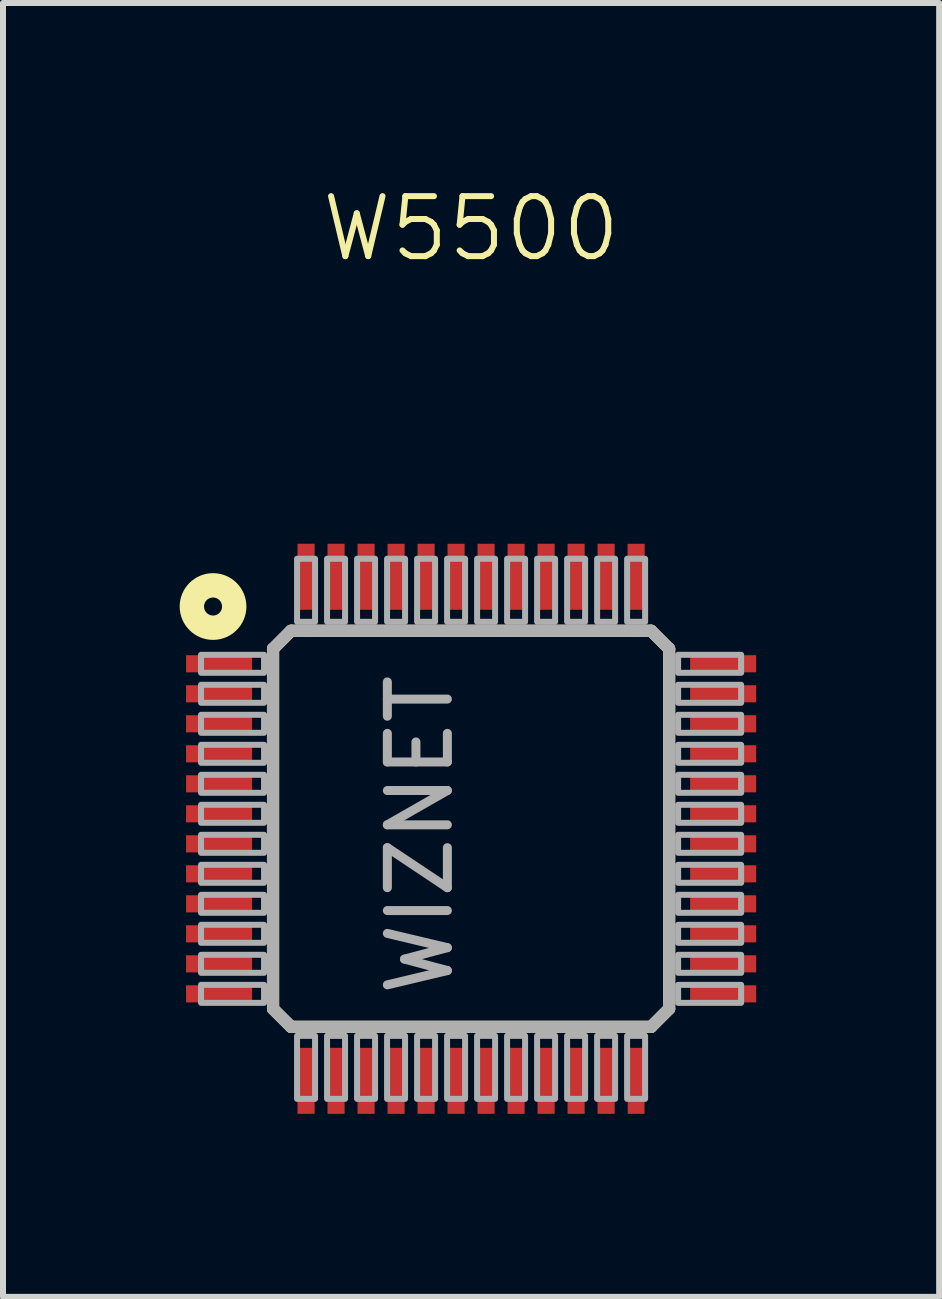
<source format=kicad_pcb>
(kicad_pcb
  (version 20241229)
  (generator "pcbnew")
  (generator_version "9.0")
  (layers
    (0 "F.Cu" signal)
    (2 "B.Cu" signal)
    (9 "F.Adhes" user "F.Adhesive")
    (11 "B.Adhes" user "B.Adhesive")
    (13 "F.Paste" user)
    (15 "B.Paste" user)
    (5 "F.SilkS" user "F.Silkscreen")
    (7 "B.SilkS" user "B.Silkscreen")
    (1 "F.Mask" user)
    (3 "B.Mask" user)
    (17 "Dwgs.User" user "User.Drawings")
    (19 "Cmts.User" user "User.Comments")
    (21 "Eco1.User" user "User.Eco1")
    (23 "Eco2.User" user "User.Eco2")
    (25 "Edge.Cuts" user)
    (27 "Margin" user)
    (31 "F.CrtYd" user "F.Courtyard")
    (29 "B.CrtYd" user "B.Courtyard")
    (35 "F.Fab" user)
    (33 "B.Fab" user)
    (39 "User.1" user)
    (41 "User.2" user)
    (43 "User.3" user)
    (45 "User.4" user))
  (footprint "W5500"
    (layer "F.Cu")
    (at 4.8 11.261)
    (property "Reference" "W5500" (at 0 -10.5 0) (unlocked yes) (layer "F.SilkS") (effects (font (size 1 1) (thickness 0.1))))
    (attr smd)
    (fp_poly (pts (xy -3.6 -3.05) (xy -3.6 -3.45) (xy -4.8 -3.45) (xy -4.8 -3.05)) (stroke (width 0) (type default)) (fill yes) (layer "F.Mask"))
    (fp_poly (pts (xy -3.6 -2.55) (xy -3.6 -2.95) (xy -4.8 -2.95) (xy -4.8 -2.55)) (stroke (width 0) (type default)) (fill yes) (layer "F.Mask"))
    (fp_poly (pts (xy -3.6 -2.05) (xy -3.6 -2.45) (xy -4.8 -2.45) (xy -4.8 -2.05)) (stroke (width 0) (type default)) (fill yes) (layer "F.Mask"))
    (fp_poly (pts (xy -3.6 -1.55) (xy -3.6 -1.95) (xy -4.8 -1.95) (xy -4.8 -1.55)) (stroke (width 0) (type default)) (fill yes) (layer "F.Mask"))
    (fp_poly (pts (xy -3.6 -1.05) (xy -3.6 -1.45) (xy -4.8 -1.45) (xy -4.8 -1.05)) (stroke (width 0) (type default)) (fill yes) (layer "F.Mask"))
    (fp_poly (pts (xy -3.6 -0.55) (xy -3.6 -0.95) (xy -4.8 -0.95) (xy -4.8 -0.55)) (stroke (width 0) (type default)) (fill yes) (layer "F.Mask"))
    (fp_poly (pts (xy -3.6 -0.05) (xy -3.6 -0.45) (xy -4.8 -0.45) (xy -4.8 -0.05)) (stroke (width 0) (type default)) (fill yes) (layer "F.Mask"))
    (fp_poly (pts (xy -3.6 0.45) (xy -3.6 0.05) (xy -4.8 0.05) (xy -4.8 0.45)) (stroke (width 0) (type default)) (fill yes) (layer "F.Mask"))
    (fp_poly (pts (xy -3.6 0.95) (xy -3.6 0.55) (xy -4.8 0.55) (xy -4.8 0.95)) (stroke (width 0) (type default)) (fill yes) (layer "F.Mask"))
    (fp_poly (pts (xy -3.6 1.45) (xy -3.6 1.05) (xy -4.8 1.05) (xy -4.8 1.45)) (stroke (width 0) (type default)) (fill yes) (layer "F.Mask"))
    (fp_poly (pts (xy -3.6 1.95) (xy -3.6 1.55) (xy -4.8 1.55) (xy -4.8 1.95)) (stroke (width 0) (type default)) (fill yes) (layer "F.Mask"))
    (fp_poly (pts (xy -3.6 2.45) (xy -3.6 2.05) (xy -4.8 2.05) (xy -4.8 2.45)) (stroke (width 0) (type default)) (fill yes) (layer "F.Mask"))
    (fp_poly (pts (xy -2.95 -4.1) (xy -2.55 -4.1) (xy -2.55 -5.3) (xy -2.95 -5.3)) (stroke (width 0) (type default)) (fill yes) (layer "F.Mask"))
    (fp_poly (pts (xy -2.95 4.3) (xy -2.55 4.3) (xy -2.55 3.1) (xy -2.95 3.1)) (stroke (width 0) (type default)) (fill yes) (layer "F.Mask"))
    (fp_poly (pts (xy -2.45 -4.1) (xy -2.05 -4.1) (xy -2.05 -5.3) (xy -2.45 -5.3)) (stroke (width 0) (type default)) (fill yes) (layer "F.Mask"))
    (fp_poly (pts (xy -2.45 4.3) (xy -2.05 4.3) (xy -2.05 3.1) (xy -2.45 3.1)) (stroke (width 0) (type default)) (fill yes) (layer "F.Mask"))
    (fp_poly (pts (xy -1.95 -4.1) (xy -1.55 -4.1) (xy -1.55 -5.3) (xy -1.95 -5.3)) (stroke (width 0) (type default)) (fill yes) (layer "F.Mask"))
    (fp_poly (pts (xy -1.95 4.3) (xy -1.55 4.3) (xy -1.55 3.1) (xy -1.95 3.1)) (stroke (width 0) (type default)) (fill yes) (layer "F.Mask"))
    (fp_poly (pts (xy -1.45 -4.1) (xy -1.05 -4.1) (xy -1.05 -5.3) (xy -1.45 -5.3)) (stroke (width 0) (type default)) (fill yes) (layer "F.Mask"))
    (fp_poly (pts (xy -1.45 4.3) (xy -1.05 4.3) (xy -1.05 3.1) (xy -1.45 3.1)) (stroke (width 0) (type default)) (fill yes) (layer "F.Mask"))
    (fp_poly (pts (xy -0.95 -4.1) (xy -0.55 -4.1) (xy -0.55 -5.3) (xy -0.95 -5.3)) (stroke (width 0) (type default)) (fill yes) (layer "F.Mask"))
    (fp_poly (pts (xy -0.95 4.3) (xy -0.55 4.3) (xy -0.55 3.1) (xy -0.95 3.1)) (stroke (width 0) (type default)) (fill yes) (layer "F.Mask"))
    (fp_poly (pts (xy -0.45 -4.1) (xy -0.05 -4.1) (xy -0.05 -5.3) (xy -0.45 -5.3)) (stroke (width 0) (type default)) (fill yes) (layer "F.Mask"))
    (fp_poly (pts (xy -0.45 4.3) (xy -0.05 4.3) (xy -0.05 3.1) (xy -0.45 3.1)) (stroke (width 0) (type default)) (fill yes) (layer "F.Mask"))
    (fp_poly (pts (xy 0.05 -4.1) (xy 0.45 -4.1) (xy 0.45 -5.3) (xy 0.05 -5.3)) (stroke (width 0) (type default)) (fill yes) (layer "F.Mask"))
    (fp_poly (pts (xy 0.05 4.3) (xy 0.45 4.3) (xy 0.45 3.1) (xy 0.05 3.1)) (stroke (width 0) (type default)) (fill yes) (layer "F.Mask"))
    (fp_poly (pts (xy 0.55 -4.1) (xy 0.95 -4.1) (xy 0.95 -5.3) (xy 0.55 -5.3)) (stroke (width 0) (type default)) (fill yes) (layer "F.Mask"))
    (fp_poly (pts (xy 0.55 4.3) (xy 0.95 4.3) (xy 0.95 3.1) (xy 0.55 3.1)) (stroke (width 0) (type default)) (fill yes) (layer "F.Mask"))
    (fp_poly (pts (xy 1.05 -4.1) (xy 1.45 -4.1) (xy 1.45 -5.3) (xy 1.05 -5.3)) (stroke (width 0) (type default)) (fill yes) (layer "F.Mask"))
    (fp_poly (pts (xy 1.05 4.3) (xy 1.45 4.3) (xy 1.45 3.1) (xy 1.05 3.1)) (stroke (width 0) (type default)) (fill yes) (layer "F.Mask"))
    (fp_poly (pts (xy 1.55 -4.1) (xy 1.95 -4.1) (xy 1.95 -5.3) (xy 1.55 -5.3)) (stroke (width 0) (type default)) (fill yes) (layer "F.Mask"))
    (fp_poly (pts (xy 1.55 4.3) (xy 1.95 4.3) (xy 1.95 3.1) (xy 1.55 3.1)) (stroke (width 0) (type default)) (fill yes) (layer "F.Mask"))
    (fp_poly (pts (xy 2.05 -4.1) (xy 2.45 -4.1) (xy 2.45 -5.3) (xy 2.05 -5.3)) (stroke (width 0) (type default)) (fill yes) (layer "F.Mask"))
    (fp_poly (pts (xy 2.05 4.3) (xy 2.45 4.3) (xy 2.45 3.1) (xy 2.05 3.1)) (stroke (width 0) (type default)) (fill yes) (layer "F.Mask"))
    (fp_poly (pts (xy 2.55 -4.1) (xy 2.95 -4.1) (xy 2.95 -5.3) (xy 2.55 -5.3)) (stroke (width 0) (type default)) (fill yes) (layer "F.Mask"))
    (fp_poly (pts (xy 2.55 4.3) (xy 2.95 4.3) (xy 2.95 3.1) (xy 2.55 3.1)) (stroke (width 0) (type default)) (fill yes) (layer "F.Mask"))
    (fp_poly (pts (xy 4.8 -3.05) (xy 4.8 -3.45) (xy 3.6 -3.45) (xy 3.6 -3.05)) (stroke (width 0) (type default)) (fill yes) (layer "F.Mask"))
    (fp_poly (pts (xy 4.8 -2.55) (xy 4.8 -2.95) (xy 3.6 -2.95) (xy 3.6 -2.55)) (stroke (width 0) (type default)) (fill yes) (layer "F.Mask"))
    (fp_poly (pts (xy 4.8 -2.05) (xy 4.8 -2.45) (xy 3.6 -2.45) (xy 3.6 -2.05)) (stroke (width 0) (type default)) (fill yes) (layer "F.Mask"))
    (fp_poly (pts (xy 4.8 -1.55) (xy 4.8 -1.95) (xy 3.6 -1.95) (xy 3.6 -1.55)) (stroke (width 0) (type default)) (fill yes) (layer "F.Mask"))
    (fp_poly (pts (xy 4.8 -1.05) (xy 4.8 -1.45) (xy 3.6 -1.45) (xy 3.6 -1.05)) (stroke (width 0) (type default)) (fill yes) (layer "F.Mask"))
    (fp_poly (pts (xy 4.8 -0.55) (xy 4.8 -0.95) (xy 3.6 -0.95) (xy 3.6 -0.55)) (stroke (width 0) (type default)) (fill yes) (layer "F.Mask"))
    (fp_poly (pts (xy 4.8 -0.05) (xy 4.8 -0.45) (xy 3.6 -0.45) (xy 3.6 -0.05)) (stroke (width 0) (type default)) (fill yes) (layer "F.Mask"))
    (fp_poly (pts (xy 4.8 0.45) (xy 4.8 0.05) (xy 3.6 0.05) (xy 3.6 0.45)) (stroke (width 0) (type default)) (fill yes) (layer "F.Mask"))
    (fp_poly (pts (xy 4.8 0.95) (xy 4.8 0.55) (xy 3.6 0.55) (xy 3.6 0.95)) (stroke (width 0) (type default)) (fill yes) (layer "F.Mask"))
    (fp_poly (pts (xy 4.8 1.45) (xy 4.8 1.05) (xy 3.6 1.05) (xy 3.6 1.45)) (stroke (width 0) (type default)) (fill yes) (layer "F.Mask"))
    (fp_poly (pts (xy 4.8 1.95) (xy 4.8 1.55) (xy 3.6 1.55) (xy 3.6 1.95)) (stroke (width 0) (type default)) (fill yes) (layer "F.Mask"))
    (fp_poly (pts (xy 4.8 2.45) (xy 4.8 2.05) (xy 3.6 2.05) (xy 3.6 2.45)) (stroke (width 0) (type default)) (fill yes) (layer "F.Mask"))
    (fp_line (start -3.3 -3.5) (end -3.3 2.5) (stroke (width 0.203) (type solid)) (layer "F.SilkS"))
    (fp_line (start -3.3 2.5) (end -3 2.8) (stroke (width 0.203) (type solid)) (layer "F.SilkS"))
    (fp_line (start -3 -3.8) (end -3.3 -3.5) (stroke (width 0.203) (type solid)) (layer "F.SilkS"))
    (fp_line (start -3 2.8) (end 3 2.8) (stroke (width 0.203) (type solid)) (layer "F.SilkS"))
    (fp_line (start 3 -3.8) (end -3 -3.8) (stroke (width 0.203) (type solid)) (layer "F.SilkS"))
    (fp_line (start 3 2.8) (end 3.3 2.5) (stroke (width 0.203) (type solid)) (layer "F.SilkS"))
    (fp_line (start 3.3 -3.5) (end 3 -3.8) (stroke (width 0.203) (type solid)) (layer "F.SilkS"))
    (fp_line (start 3.3 2.5) (end 3.3 -3.5) (stroke (width 0.203) (type solid)) (layer "F.SilkS"))
    (fp_circle (center -4.3 -4.204) (end -4.15 -4.204) (stroke (width 0.406) (type solid)) (fill no) (layer "F.SilkS"))
    (fp_line (start -3.3 -3.5) (end -3.3 2.5) (stroke (width 0.203) (type solid)) (layer "F.Fab"))
    (fp_line (start -3.3 2.5) (end -3 2.8) (stroke (width 0.203) (type solid)) (layer "F.Fab"))
    (fp_line (start -3 -3.8) (end -3.3 -3.5) (stroke (width 0.203) (type solid)) (layer "F.Fab"))
    (fp_line (start -3 2.8) (end 3 2.8) (stroke (width 0.203) (type solid)) (layer "F.Fab"))
    (fp_line (start 3 -3.8) (end -3 -3.8) (stroke (width 0.203) (type solid)) (layer "F.Fab"))
    (fp_line (start 3 2.8) (end 3.3 2.5) (stroke (width 0.203) (type solid)) (layer "F.Fab"))
    (fp_line (start 3.3 -3.5) (end 3 -3.8) (stroke (width 0.203) (type solid)) (layer "F.Fab"))
    (fp_line (start 3.3 2.5) (end 3.3 -3.5) (stroke (width 0.203) (type solid)) (layer "F.Fab"))
    (fp_poly (pts (xy -4.5 -3.1) (xy -3.45 -3.1) (xy -3.45 -3.4) (xy -4.5 -3.4)) (stroke (width 0.1) (type default)) (fill no) (layer "F.Fab"))
    (fp_poly (pts (xy -4.5 -2.6) (xy -3.45 -2.6) (xy -3.45 -2.9) (xy -4.5 -2.9)) (stroke (width 0.1) (type default)) (fill no) (layer "F.Fab"))
    (fp_poly (pts (xy -4.5 -2.1) (xy -3.45 -2.1) (xy -3.45 -2.4) (xy -4.5 -2.4)) (stroke (width 0.1) (type default)) (fill no) (layer "F.Fab"))
    (fp_poly (pts (xy -4.5 -1.6) (xy -3.45 -1.6) (xy -3.45 -1.9) (xy -4.5 -1.9)) (stroke (width 0.1) (type default)) (fill no) (layer "F.Fab"))
    (fp_poly (pts (xy -4.5 -1.1) (xy -3.45 -1.1) (xy -3.45 -1.4) (xy -4.5 -1.4)) (stroke (width 0.1) (type default)) (fill no) (layer "F.Fab"))
    (fp_poly (pts (xy -4.5 -0.6) (xy -3.45 -0.6) (xy -3.45 -0.9) (xy -4.5 -0.9)) (stroke (width 0.1) (type default)) (fill no) (layer "F.Fab"))
    (fp_poly (pts (xy -4.5 -0.1) (xy -3.45 -0.1) (xy -3.45 -0.4) (xy -4.5 -0.4)) (stroke (width 0.1) (type default)) (fill no) (layer "F.Fab"))
    (fp_poly (pts (xy -4.5 0.4) (xy -3.45 0.4) (xy -3.45 0.1) (xy -4.5 0.1)) (stroke (width 0.1) (type default)) (fill no) (layer "F.Fab"))
    (fp_poly (pts (xy -4.5 0.9) (xy -3.45 0.9) (xy -3.45 0.6) (xy -4.5 0.6)) (stroke (width 0.1) (type default)) (fill no) (layer "F.Fab"))
    (fp_poly (pts (xy -4.5 1.4) (xy -3.45 1.4) (xy -3.45 1.1) (xy -4.5 1.1)) (stroke (width 0.1) (type default)) (fill no) (layer "F.Fab"))
    (fp_poly (pts (xy -4.5 1.9) (xy -3.45 1.9) (xy -3.45 1.6) (xy -4.5 1.6)) (stroke (width 0.1) (type default)) (fill no) (layer "F.Fab"))
    (fp_poly (pts (xy -4.5 2.4) (xy -3.45 2.4) (xy -3.45 2.1) (xy -4.5 2.1)) (stroke (width 0.1) (type default)) (fill no) (layer "F.Fab"))
    (fp_poly (pts (xy -2.9 -3.95) (xy -2.6 -3.95) (xy -2.6 -5) (xy -2.9 -5)) (stroke (width 0.1) (type default)) (fill no) (layer "F.Fab"))
    (fp_poly (pts (xy -2.9 4) (xy -2.6 4) (xy -2.6 2.95) (xy -2.9 2.95)) (stroke (width 0.1) (type default)) (fill no) (layer "F.Fab"))
    (fp_poly (pts (xy -2.4 -3.95) (xy -2.1 -3.95) (xy -2.1 -5) (xy -2.4 -5)) (stroke (width 0.1) (type default)) (fill no) (layer "F.Fab"))
    (fp_poly (pts (xy -2.4 4) (xy -2.1 4) (xy -2.1 2.95) (xy -2.4 2.95)) (stroke (width 0.1) (type default)) (fill no) (layer "F.Fab"))
    (fp_poly (pts (xy -1.9 -3.95) (xy -1.6 -3.95) (xy -1.6 -5) (xy -1.9 -5)) (stroke (width 0.1) (type default)) (fill no) (layer "F.Fab"))
    (fp_poly (pts (xy -1.9 4) (xy -1.6 4) (xy -1.6 2.95) (xy -1.9 2.95)) (stroke (width 0.1) (type default)) (fill no) (layer "F.Fab"))
    (fp_poly (pts (xy -1.4 -3.95) (xy -1.1 -3.95) (xy -1.1 -5) (xy -1.4 -5)) (stroke (width 0.1) (type default)) (fill no) (layer "F.Fab"))
    (fp_poly (pts (xy -1.4 4) (xy -1.1 4) (xy -1.1 2.95) (xy -1.4 2.95)) (stroke (width 0.1) (type default)) (fill no) (layer "F.Fab"))
    (fp_poly (pts (xy -0.9 -3.95) (xy -0.6 -3.95) (xy -0.6 -5) (xy -0.9 -5)) (stroke (width 0.1) (type default)) (fill no) (layer "F.Fab"))
    (fp_poly (pts (xy -0.9 4) (xy -0.6 4) (xy -0.6 2.95) (xy -0.9 2.95)) (stroke (width 0.1) (type default)) (fill no) (layer "F.Fab"))
    (fp_poly (pts (xy -0.4 -3.95) (xy -0.1 -3.95) (xy -0.1 -5) (xy -0.4 -5)) (stroke (width 0.1) (type default)) (fill no) (layer "F.Fab"))
    (fp_poly (pts (xy -0.4 4) (xy -0.1 4) (xy -0.1 2.95) (xy -0.4 2.95)) (stroke (width 0.1) (type default)) (fill no) (layer "F.Fab"))
    (fp_poly (pts (xy 0.1 -3.95) (xy 0.4 -3.95) (xy 0.4 -5) (xy 0.1 -5)) (stroke (width 0.1) (type default)) (fill no) (layer "F.Fab"))
    (fp_poly (pts (xy 0.1 4) (xy 0.4 4) (xy 0.4 2.95) (xy 0.1 2.95)) (stroke (width 0.1) (type default)) (fill no) (layer "F.Fab"))
    (fp_poly (pts (xy 0.6 -3.95) (xy 0.9 -3.95) (xy 0.9 -5) (xy 0.6 -5)) (stroke (width 0.1) (type default)) (fill no) (layer "F.Fab"))
    (fp_poly (pts (xy 0.6 4) (xy 0.9 4) (xy 0.9 2.95) (xy 0.6 2.95)) (stroke (width 0.1) (type default)) (fill no) (layer "F.Fab"))
    (fp_poly (pts (xy 1.1 -3.95) (xy 1.4 -3.95) (xy 1.4 -5) (xy 1.1 -5)) (stroke (width 0.1) (type default)) (fill no) (layer "F.Fab"))
    (fp_poly (pts (xy 1.1 4) (xy 1.4 4) (xy 1.4 2.95) (xy 1.1 2.95)) (stroke (width 0.1) (type default)) (fill no) (layer "F.Fab"))
    (fp_poly (pts (xy 1.6 -3.95) (xy 1.9 -3.95) (xy 1.9 -5) (xy 1.6 -5)) (stroke (width 0.1) (type default)) (fill no) (layer "F.Fab"))
    (fp_poly (pts (xy 1.6 4) (xy 1.9 4) (xy 1.9 2.95) (xy 1.6 2.95)) (stroke (width 0.1) (type default)) (fill no) (layer "F.Fab"))
    (fp_poly (pts (xy 2.1 -3.95) (xy 2.4 -3.95) (xy 2.4 -5) (xy 2.1 -5)) (stroke (width 0.1) (type default)) (fill no) (layer "F.Fab"))
    (fp_poly (pts (xy 2.1 4) (xy 2.4 4) (xy 2.4 2.95) (xy 2.1 2.95)) (stroke (width 0.1) (type default)) (fill no) (layer "F.Fab"))
    (fp_poly (pts (xy 2.6 -3.95) (xy 2.9 -3.95) (xy 2.9 -5) (xy 2.6 -5)) (stroke (width 0.1) (type default)) (fill no) (layer "F.Fab"))
    (fp_poly (pts (xy 2.6 4) (xy 2.9 4) (xy 2.9 2.95) (xy 2.6 2.95)) (stroke (width 0.1) (type default)) (fill no) (layer "F.Fab"))
    (fp_poly (pts (xy 3.45 -3.1) (xy 4.5 -3.1) (xy 4.5 -3.4) (xy 3.45 -3.4)) (stroke (width 0.1) (type default)) (fill no) (layer "F.Fab"))
    (fp_poly (pts (xy 3.45 -2.6) (xy 4.5 -2.6) (xy 4.5 -2.9) (xy 3.45 -2.9)) (stroke (width 0.1) (type default)) (fill no) (layer "F.Fab"))
    (fp_poly (pts (xy 3.45 -2.1) (xy 4.5 -2.1) (xy 4.5 -2.4) (xy 3.45 -2.4)) (stroke (width 0.1) (type default)) (fill no) (layer "F.Fab"))
    (fp_poly (pts (xy 3.45 -1.6) (xy 4.5 -1.6) (xy 4.5 -1.9) (xy 3.45 -1.9)) (stroke (width 0.1) (type default)) (fill no) (layer "F.Fab"))
    (fp_poly (pts (xy 3.45 -1.1) (xy 4.5 -1.1) (xy 4.5 -1.4) (xy 3.45 -1.4)) (stroke (width 0.1) (type default)) (fill no) (layer "F.Fab"))
    (fp_poly (pts (xy 3.45 -0.6) (xy 4.5 -0.6) (xy 4.5 -0.9) (xy 3.45 -0.9)) (stroke (width 0.1) (type default)) (fill no) (layer "F.Fab"))
    (fp_poly (pts (xy 3.45 -0.1) (xy 4.5 -0.1) (xy 4.5 -0.4) (xy 3.45 -0.4)) (stroke (width 0.1) (type default)) (fill no) (layer "F.Fab"))
    (fp_poly (pts (xy 3.45 0.4) (xy 4.5 0.4) (xy 4.5 0.1) (xy 3.45 0.1)) (stroke (width 0.1) (type default)) (fill no) (layer "F.Fab"))
    (fp_poly (pts (xy 3.45 0.9) (xy 4.5 0.9) (xy 4.5 0.6) (xy 3.45 0.6)) (stroke (width 0.1) (type default)) (fill no) (layer "F.Fab"))
    (fp_poly (pts (xy 3.45 1.4) (xy 4.5 1.4) (xy 4.5 1.1) (xy 3.45 1.1)) (stroke (width 0.1) (type default)) (fill no) (layer "F.Fab"))
    (fp_poly (pts (xy 3.45 1.9) (xy 4.5 1.9) (xy 4.5 1.6) (xy 3.45 1.6)) (stroke (width 0.1) (type default)) (fill no) (layer "F.Fab"))
    (fp_poly (pts (xy 3.45 2.4) (xy 4.5 2.4) (xy 4.5 2.1) (xy 3.45 2.1)) (stroke (width 0.1) (type default)) (fill no) (layer "F.Fab"))
    (fp_text user "WIZNET" (at -0.85 -0.4 90) (unlocked yes) (layer "F.Fab") (effects (font (size 1 1) (thickness 0.15))))
    (pad "1" smd rect (at 4.2 2.25 180) (size 1.1 0.285) (layers "F.Cu" "F.Paste"))
    (pad "2" smd rect (at 4.2 1.75 180) (size 1.1 0.285) (layers "F.Cu" "F.Paste"))
    (pad "3" smd rect (at 4.2 1.25 180) (size 1.1 0.285) (layers "F.Cu" "F.Paste"))
    (pad "4" smd rect (at 4.2 0.75 180) (size 1.1 0.285) (layers "F.Cu" "F.Paste"))
    (pad "5" smd rect (at 4.2 0.25 180) (size 1.1 0.285) (layers "F.Cu" "F.Paste"))
    (pad "6" smd rect (at 4.2 -0.25 180) (size 1.1 0.285) (layers "F.Cu" "F.Paste"))
    (pad "7" smd rect (at 4.2 -0.75 180) (size 1.1 0.285) (layers "F.Cu" "F.Paste"))
    (pad "8" smd rect (at 4.2 -1.25 180) (size 1.1 0.285) (layers "F.Cu" "F.Paste"))
    (pad "9" smd rect (at 4.2 -1.75 180) (size 1.1 0.285) (layers "F.Cu" "F.Paste"))
    (pad "10" smd rect (at 4.2 -2.25 180) (size 1.1 0.285) (layers "F.Cu" "F.Paste"))
    (pad "11" smd rect (at 4.2 -2.75 180) (size 1.1 0.285) (layers "F.Cu" "F.Paste"))
    (pad "12" smd rect (at 4.2 -3.25 180) (size 1.1 0.285) (layers "F.Cu" "F.Paste"))
    (pad "13" smd rect (at 2.75 -4.7 180) (size 0.285 1.1) (layers "F.Cu" "F.Paste"))
    (pad "14" smd rect (at 2.25 -4.7 180) (size 0.285 1.1) (layers "F.Cu" "F.Paste"))
    (pad "15" smd rect (at 1.75 -4.7 180) (size 0.285 1.1) (layers "F.Cu" "F.Paste"))
    (pad "16" smd rect (at 1.25 -4.7 180) (size 0.285 1.1) (layers "F.Cu" "F.Paste"))
    (pad "17" smd rect (at 0.75 -4.7 180) (size 0.285 1.1) (layers "F.Cu" "F.Paste"))
    (pad "18" smd rect (at 0.25 -4.7 180) (size 0.285 1.1) (layers "F.Cu" "F.Paste"))
    (pad "19" smd rect (at -0.25 -4.7 180) (size 0.285 1.1) (layers "F.Cu" "F.Paste"))
    (pad "20" smd rect (at -0.75 -4.7 180) (size 0.285 1.1) (layers "F.Cu" "F.Paste"))
    (pad "21" smd rect (at -1.25 -4.7 180) (size 0.285 1.1) (layers "F.Cu" "F.Paste"))
    (pad "22" smd rect (at -1.75 -4.7 180) (size 0.285 1.1) (layers "F.Cu" "F.Paste"))
    (pad "23" smd rect (at -2.25 -4.7 180) (size 0.285 1.1) (layers "F.Cu" "F.Paste"))
    (pad "24" smd rect (at -2.75 -4.7 180) (size 0.285 1.1) (layers "F.Cu" "F.Paste"))
    (pad "25" smd rect (at -4.2 -3.25 180) (size 1.1 0.285) (layers "F.Cu" "F.Paste"))
    (pad "26" smd rect (at -4.2 -2.75 180) (size 1.1 0.285) (layers "F.Cu" "F.Paste"))
    (pad "27" smd rect (at -4.2 -2.25 180) (size 1.1 0.285) (layers "F.Cu" "F.Paste"))
    (pad "28" smd rect (at -4.2 -1.75 180) (size 1.1 0.285) (layers "F.Cu" "F.Paste"))
    (pad "29" smd rect (at -4.2 -1.25 180) (size 1.1 0.285) (layers "F.Cu" "F.Paste"))
    (pad "30" smd rect (at -4.2 -0.75 180) (size 1.1 0.285) (layers "F.Cu" "F.Paste"))
    (pad "31" smd rect (at -4.2 -0.25 180) (size 1.1 0.285) (layers "F.Cu" "F.Paste"))
    (pad "32" smd rect (at -4.2 0.25 180) (size 1.1 0.285) (layers "F.Cu" "F.Paste"))
    (pad "33" smd rect (at -4.2 0.75 180) (size 1.1 0.285) (layers "F.Cu" "F.Paste"))
    (pad "34" smd rect (at -4.2 1.25 180) (size 1.1 0.285) (layers "F.Cu" "F.Paste"))
    (pad "35" smd rect (at -4.2 1.75 180) (size 1.1 0.285) (layers "F.Cu" "F.Paste"))
    (pad "36" smd rect (at -4.2 2.25 180) (size 1.1 0.285) (layers "F.Cu" "F.Paste"))
    (pad "37" smd rect (at -2.75 3.7 180) (size 0.285 1.1) (layers "F.Cu" "F.Paste"))
    (pad "38" smd rect (at -2.25 3.7 180) (size 0.285 1.1) (layers "F.Cu" "F.Paste"))
    (pad "39" smd rect (at -1.75 3.7 180) (size 0.285 1.1) (layers "F.Cu" "F.Paste"))
    (pad "40" smd rect (at -1.25 3.7 180) (size 0.285 1.1) (layers "F.Cu" "F.Paste"))
    (pad "41" smd rect (at -0.75 3.7 180) (size 0.285 1.1) (layers "F.Cu" "F.Paste"))
    (pad "42" smd rect (at -0.25 3.7 180) (size 0.285 1.1) (layers "F.Cu" "F.Paste"))
    (pad "43" smd rect (at 0.25 3.7 180) (size 0.285 1.1) (layers "F.Cu" "F.Paste"))
    (pad "44" smd rect (at 0.75 3.7 180) (size 0.285 1.1) (layers "F.Cu" "F.Paste"))
    (pad "45" smd rect (at 1.25 3.7 180) (size 0.285 1.1) (layers "F.Cu" "F.Paste"))
    (pad "46" smd rect (at 1.75 3.7 180) (size 0.285 1.1) (layers "F.Cu" "F.Paste"))
    (pad "47" smd rect (at 2.25 3.7 180) (size 0.285 1.1) (layers "F.Cu" "F.Paste"))
    (pad "48" smd rect (at 2.75 3.7 180) (size 0.28 1.1) (layers "F.Cu" "F.Paste")))
  (gr_rect
    (start -3 -3)
    (end 12.6 18.561)
    (stroke (width 0.1) (type default))
    (fill no)
    (layer "Edge.Cuts")))
</source>
